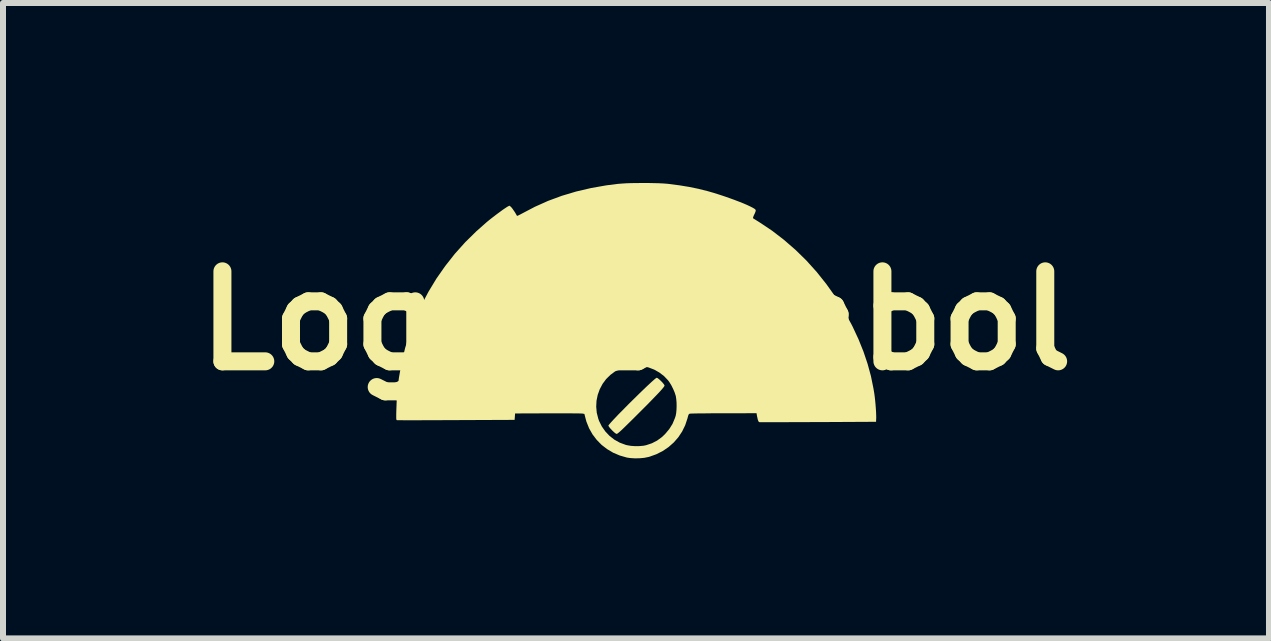
<source format=kicad_pcb>
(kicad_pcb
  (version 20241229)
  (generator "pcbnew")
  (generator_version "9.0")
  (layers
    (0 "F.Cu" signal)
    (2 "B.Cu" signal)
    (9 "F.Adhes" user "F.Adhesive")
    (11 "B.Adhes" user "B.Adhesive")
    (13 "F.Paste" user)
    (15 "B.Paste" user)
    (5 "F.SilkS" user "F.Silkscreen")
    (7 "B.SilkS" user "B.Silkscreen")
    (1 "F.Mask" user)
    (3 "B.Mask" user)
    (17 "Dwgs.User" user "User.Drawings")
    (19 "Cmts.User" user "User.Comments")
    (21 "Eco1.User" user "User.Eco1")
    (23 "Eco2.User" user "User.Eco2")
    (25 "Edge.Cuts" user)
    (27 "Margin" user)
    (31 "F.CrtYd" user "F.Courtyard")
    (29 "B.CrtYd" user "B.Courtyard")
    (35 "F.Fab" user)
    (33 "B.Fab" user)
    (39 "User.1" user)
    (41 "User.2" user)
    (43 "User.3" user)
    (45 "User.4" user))
  (footprint "Logo_Symbol"
    (layer "F.Cu")
    (at 7.55 2.294)
    (property "Reference" "Logo_Symbol" (at 0 0 0) (layer "F.SilkS") (effects (font (size 1.5 1.5) (thickness 0.3))))
    (attr board_only exclude_from_pos_files exclude_from_bom)
    (fp_poly (pts (xy 0.36 0.958) (xy 0.381 0.974) (xy 0.406 0.996) (xy 0.431 1.021) (xy 0.453 1.046) (xy 0.469 1.067) (xy 0.476 1.082) (xy 0.476 1.083) (xy 0.471 1.094) (xy 0.457 1.114) (xy 0.432 1.144) (xy 0.397 1.183) (xy 0.351 1.232) (xy 0.295 1.29) (xy 0.228 1.359) (xy 0.149 1.439) (xy 0.059 1.529) (xy -0.035 1.623) (xy -0.103 1.69) (xy -0.16 1.746) (xy -0.207 1.792) (xy -0.245 1.828) (xy -0.275 1.855) (xy -0.297 1.873) (xy -0.312 1.884) (xy -0.32 1.888) (xy -0.321 1.888) (xy -0.337 1.882) (xy -0.362 1.863) (xy -0.395 1.832) (xy -0.4 1.827) (xy -0.425 1.8) (xy -0.445 1.776) (xy -0.457 1.757) (xy -0.46 1.75) (xy -0.454 1.739) (xy -0.437 1.719) (xy -0.411 1.689) (xy -0.377 1.652) (xy -0.335 1.608) (xy -0.288 1.558) (xy -0.235 1.505) (xy -0.179 1.448) (xy -0.121 1.389) (xy -0.061 1.33) (xy -0.001 1.271) (xy 0.058 1.213) (xy 0.114 1.159) (xy 0.167 1.108) (xy 0.216 1.062) (xy 0.258 1.023) (xy 0.294 0.991) (xy 0.321 0.968) (xy 0.339 0.955) (xy 0.346 0.952)) (stroke (width 0) (type solid)) (fill yes) (layer "F.SilkS"))
    (fp_poly (pts (xy 0.201 -2.294) (xy 0.294 -2.292) (xy 0.38 -2.29) (xy 0.458 -2.286) (xy 0.523 -2.281) (xy 0.542 -2.279) (xy 0.719 -2.256) (xy 0.884 -2.229) (xy 1.04 -2.197) (xy 1.192 -2.159) (xy 1.293 -2.13) (xy 1.382 -2.102) (xy 1.47 -2.073) (xy 1.556 -2.043) (xy 1.639 -2.013) (xy 1.717 -1.983) (xy 1.788 -1.955) (xy 1.851 -1.928) (xy 1.904 -1.903) (xy 1.947 -1.881) (xy 1.977 -1.863) (xy 1.993 -1.848) (xy 1.994 -1.846) (xy 1.996 -1.834) (xy 1.991 -1.814) (xy 1.979 -1.785) (xy 1.973 -1.773) (xy 1.96 -1.745) (xy 1.952 -1.722) (xy 1.95 -1.709) (xy 1.95 -1.708) (xy 1.959 -1.701) (xy 1.98 -1.688) (xy 2.009 -1.67) (xy 2.044 -1.648) (xy 2.06 -1.638) (xy 2.268 -1.499) (xy 2.467 -1.346) (xy 2.658 -1.18) (xy 2.84 -1.002) (xy 3.012 -0.811) (xy 3.173 -0.609) (xy 3.324 -0.397) (xy 3.463 -0.174) (xy 3.589 0.058) (xy 3.61 0.099) (xy 3.708 0.309) (xy 3.791 0.515) (xy 3.86 0.72) (xy 3.916 0.925) (xy 3.958 1.132) (xy 3.972 1.216) (xy 3.979 1.269) (xy 3.986 1.33) (xy 3.992 1.394) (xy 3.997 1.458) (xy 4.001 1.519) (xy 4.003 1.573) (xy 4.004 1.617) (xy 4.003 1.637) (xy 4.001 1.686) (xy 3.032 1.691) (xy 2.908 1.691) (xy 2.787 1.692) (xy 2.673 1.692) (xy 2.564 1.692) (xy 2.464 1.693) (xy 2.372 1.693) (xy 2.29 1.693) (xy 2.218 1.693) (xy 2.158 1.693) (xy 2.111 1.693) (xy 2.077 1.693) (xy 2.059 1.692) (xy 2.055 1.692) (xy 2.042 1.681) (xy 2.031 1.653) (xy 2.021 1.609) (xy 2.018 1.596) (xy 2.009 1.543) (xy 1.466 1.544) (xy 1.373 1.544) (xy 1.283 1.544) (xy 1.2 1.545) (xy 1.124 1.546) (xy 1.057 1.546) (xy 1 1.547) (xy 0.954 1.548) (xy 0.921 1.549) (xy 0.903 1.55) (xy 0.9 1.55) (xy 0.888 1.554) (xy 0.88 1.561) (xy 0.873 1.575) (xy 0.866 1.598) (xy 0.858 1.629) (xy 0.821 1.741) (xy 0.77 1.846) (xy 0.706 1.943) (xy 0.63 2.03) (xy 0.543 2.107) (xy 0.446 2.173) (xy 0.339 2.227) (xy 0.225 2.268) (xy 0.205 2.273) (xy 0.136 2.287) (xy 0.058 2.294) (xy -0.022 2.295) (xy -0.098 2.29) (xy -0.152 2.282) (xy -0.27 2.248) (xy -0.381 2.201) (xy -0.482 2.141) (xy -0.574 2.07) (xy -0.655 1.987) (xy -0.725 1.895) (xy -0.782 1.794) (xy -0.826 1.684) (xy -0.841 1.629) (xy -0.86 1.555) (xy -0.89 1.549) (xy -0.904 1.548) (xy -0.932 1.547) (xy -0.974 1.546) (xy -1.028 1.546) (xy -1.092 1.545) (xy -1.166 1.545) (xy -1.247 1.545) (xy -1.335 1.545) (xy -1.427 1.545) (xy -1.468 1.545) (xy -2.015 1.547) (xy -2.019 1.6) (xy -2.023 1.654) (xy -3 1.658) (xy -3.125 1.658) (xy -3.246 1.659) (xy -3.361 1.659) (xy -3.47 1.659) (xy -3.571 1.66) (xy -3.664 1.66) (xy -3.747 1.66) (xy -3.82 1.66) (xy -3.881 1.66) (xy -3.929 1.659) (xy -3.963 1.659) (xy -3.983 1.659) (xy -3.988 1.658) (xy -3.991 1.655) (xy -3.994 1.646) (xy -3.996 1.629) (xy -3.996 1.602) (xy -3.996 1.564) (xy -3.995 1.513) (xy -3.994 1.482) (xy -3.992 1.435) (xy -0.663 1.435) (xy -0.654 1.535) (xy -0.629 1.633) (xy -0.616 1.67) (xy -0.57 1.763) (xy -0.511 1.847) (xy -0.441 1.921) (xy -0.36 1.984) (xy -0.27 2.034) (xy -0.173 2.07) (xy -0.149 2.076) (xy -0.086 2.087) (xy -0.015 2.092) (xy 0.058 2.091) (xy 0.126 2.085) (xy 0.169 2.076) (xy 0.265 2.044) (xy 0.352 1.999) (xy 0.433 1.94) (xy 0.485 1.89) (xy 0.554 1.808) (xy 0.609 1.72) (xy 0.649 1.624) (xy 0.662 1.584) (xy 0.67 1.54) (xy 0.675 1.485) (xy 0.677 1.425) (xy 0.676 1.364) (xy 0.671 1.307) (xy 0.664 1.259) (xy 0.662 1.252) (xy 0.644 1.196) (xy 0.618 1.136) (xy 0.588 1.076) (xy 0.556 1.024) (xy 0.536 0.997) (xy 0.467 0.924) (xy 0.388 0.864) (xy 0.303 0.816) (xy 0.212 0.781) (xy 0.117 0.758) (xy 0.021 0.749) (xy -0.076 0.754) (xy -0.171 0.772) (xy -0.264 0.803) (xy -0.351 0.848) (xy -0.424 0.902) (xy -0.497 0.973) (xy -0.557 1.054) (xy -0.604 1.143) (xy -0.638 1.237) (xy -0.658 1.335) (xy -0.663 1.435) (xy -3.992 1.435) (xy -3.99 1.375) (xy -3.985 1.281) (xy -3.979 1.194) (xy -3.971 1.112) (xy -3.961 1.028) (xy -3.951 0.952) (xy -3.907 0.701) (xy -3.847 0.453) (xy -3.772 0.211) (xy -3.682 -0.027) (xy -3.577 -0.258) (xy -3.458 -0.483) (xy -3.326 -0.701) (xy -3.179 -0.911) (xy -3.02 -1.113) (xy -2.847 -1.306) (xy -2.662 -1.488) (xy -2.495 -1.636) (xy -2.458 -1.667) (xy -2.414 -1.702) (xy -2.367 -1.738) (xy -2.319 -1.775) (xy -2.271 -1.81) (xy -2.228 -1.842) (xy -2.19 -1.868) (xy -2.161 -1.887) (xy -2.146 -1.897) (xy -2.11 -1.916) (xy -2.087 -1.899) (xy -2.075 -1.886) (xy -2.057 -1.863) (xy -2.037 -1.834) (xy -2.016 -1.803) (xy -1.999 -1.774) (xy -1.986 -1.751) (xy -1.984 -1.746) (xy -1.977 -1.747) (xy -1.958 -1.755) (xy -1.93 -1.769) (xy -1.9 -1.785) (xy -1.686 -1.897) (xy -1.465 -1.996) (xy -1.235 -2.081) (xy -0.997 -2.152) (xy -0.749 -2.21) (xy -0.493 -2.255) (xy -0.304 -2.279) (xy -0.241 -2.284) (xy -0.166 -2.289) (xy -0.081 -2.292) (xy 0.011 -2.293) (xy 0.106 -2.294)) (stroke (width 0) (type solid)) (fill yes) (layer "F.SilkS")))
  (gr_rect
    (start -3 -3)
    (end 18.1 7.59)
    (stroke (width 0.1) (type default))
    (fill no)
    (layer "Edge.Cuts")))
</source>
